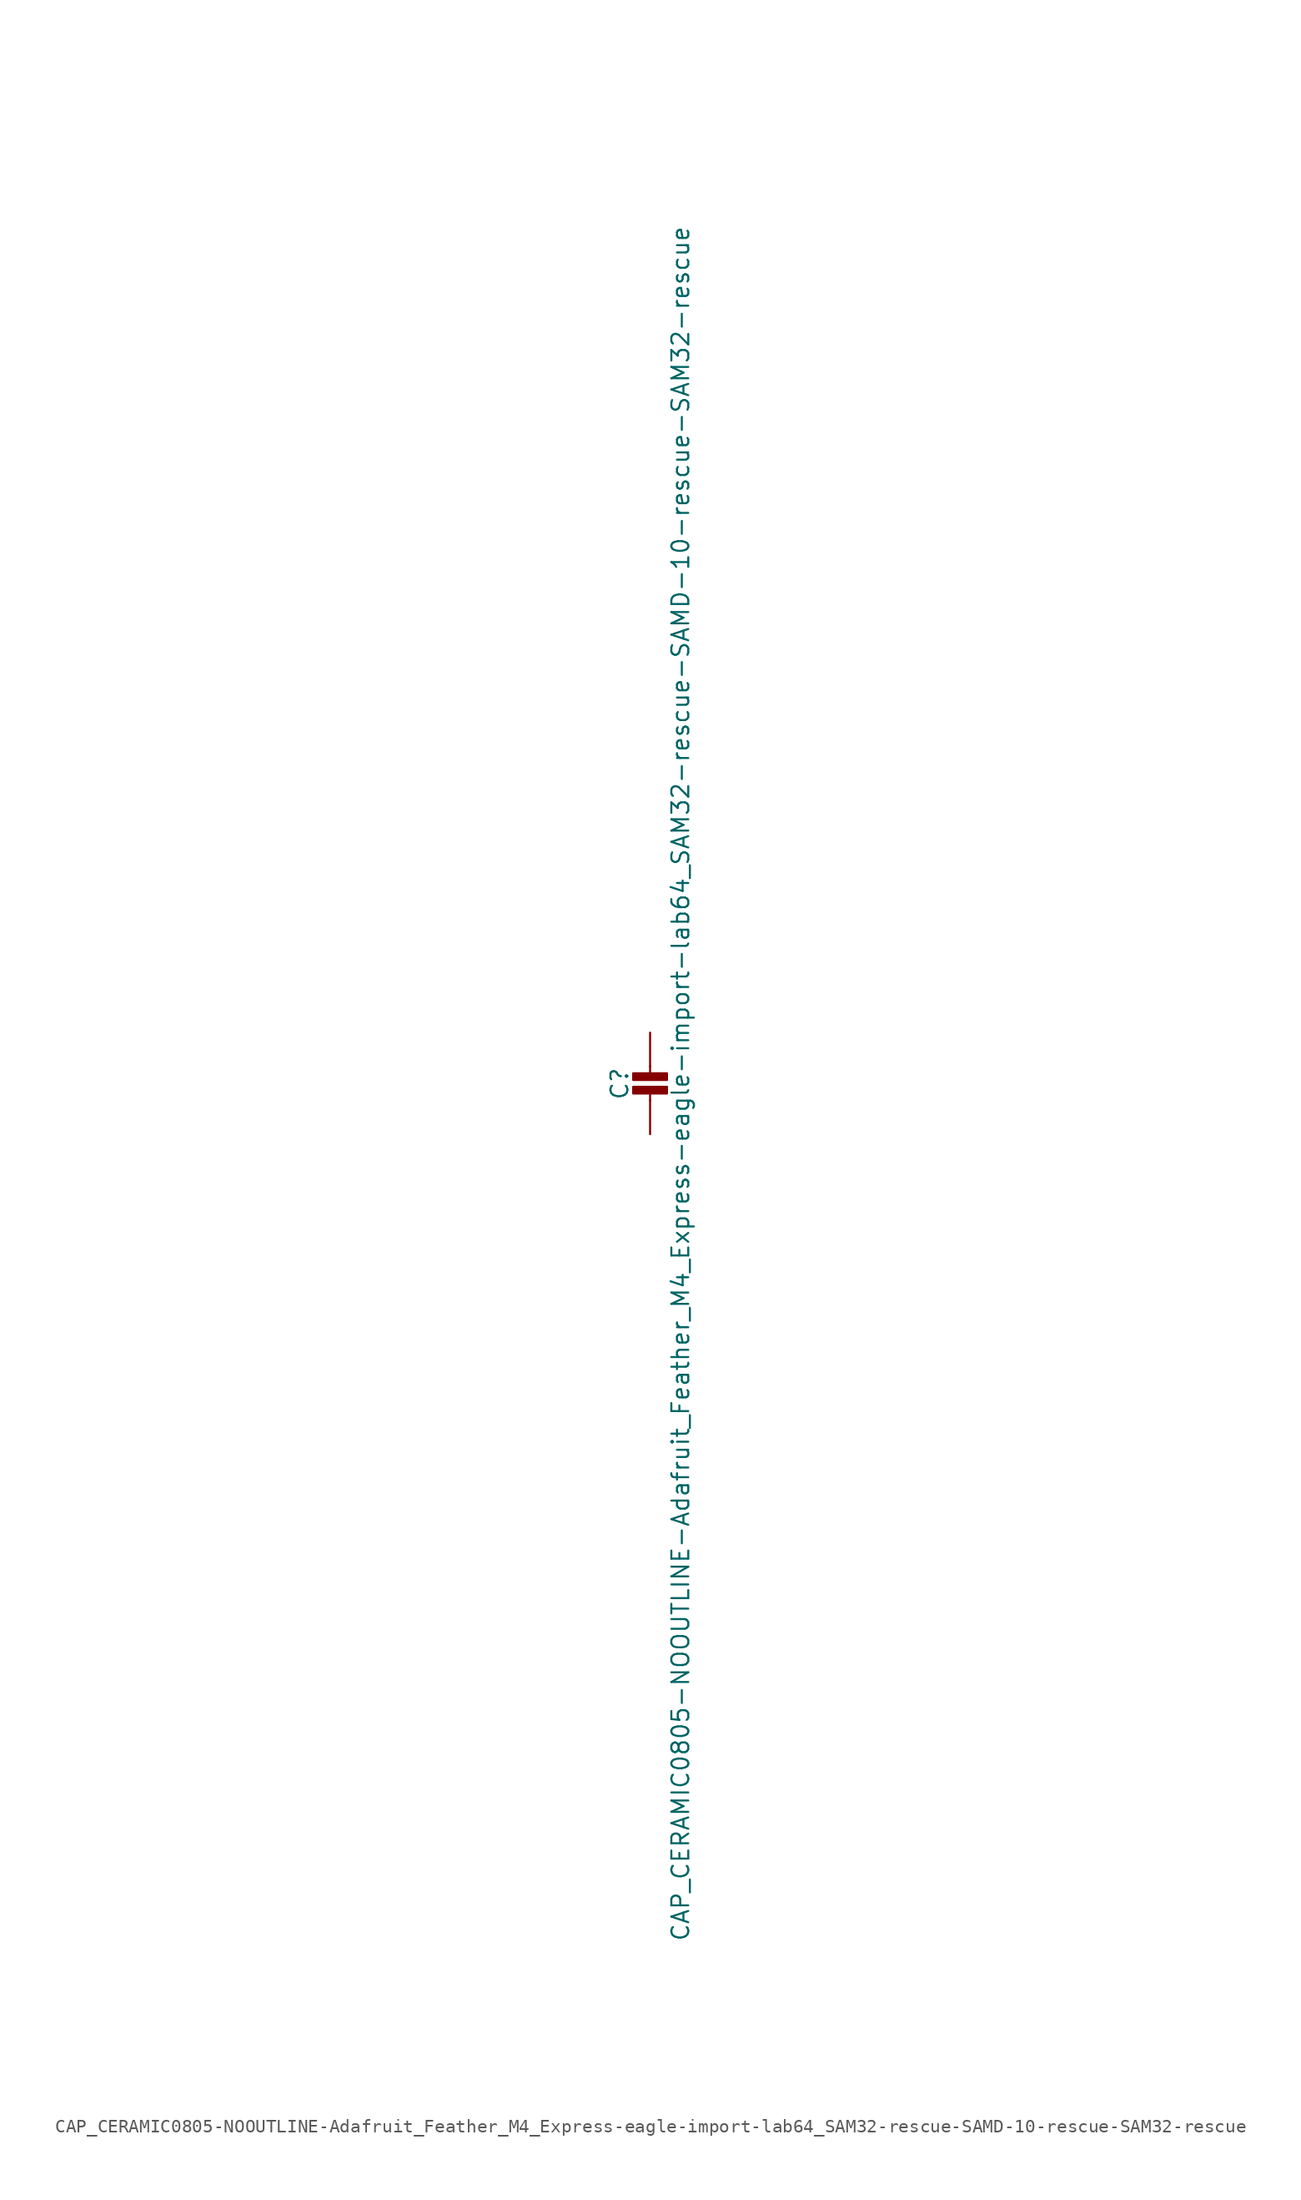
<source format=kicad_sym>
(kicad_symbol_lib
  (version 20220914)
  (generator kicad_symbol_editor)
  (symbol "CAP_CERAMIC0805-NOOUTLINE-Adafruit_Feather_M4_Express-eagle-import-lab64_SAM32-rescue-SAMD-10-rescue-SAM32-rescue"
    (pin_names
      (offset 1.016))
    (property "Reference" "C"
      (at -2.286 1.245 90)
      (effects (font (size 1.27 1.27))))
    (property "Value" "CAP_CERAMIC0805-NOOUTLINE-Adafruit_Feather_M4_Express-eagle-import-lab64_SAM32-rescue-SAMD-10-rescue-SAM32-rescue"
      (at 2.286 1.245 90)
      (effects (font (size 1.27 1.27))))
    (property "ki_locked" ""
      (at 0 0 0)
      (effects (font (size 1.27 1.27))))
    (symbol "CAP_CERAMIC0805-NOOUTLINE-Adafruit_Feather_M4_Express-eagle-import-lab64_SAM32-rescue-SAMD-10-rescue-SAM32-rescue_1_0"
      (rectangle (start -1.27 0.508) (end 1.27 1.016) (stroke (width 0) (type default)) (fill (type outline)))
      (rectangle (start -1.27 1.524) (end 1.27 2.032) (stroke (width 0) (type default)) (fill (type outline)))
      (polyline (pts (xy 0 0.762) (xy 0 0)) (stroke (width 0) (type default)) (fill (type none)))
      (polyline (pts (xy 0 2.54) (xy 0 1.778)) (stroke (width 0) (type default)) (fill (type none)))
      (pin passive line (at 0 5.08 270) (length 2.54) (name "1" (effects (font (size 0 0)))) (number "1" (effects (font (size 0 0)))))
      (pin passive line (at 0 -2.54 90) (length 2.54) (name "2" (effects (font (size 0 0)))) (number "2" (effects (font (size 0 0))))))))
</source>
